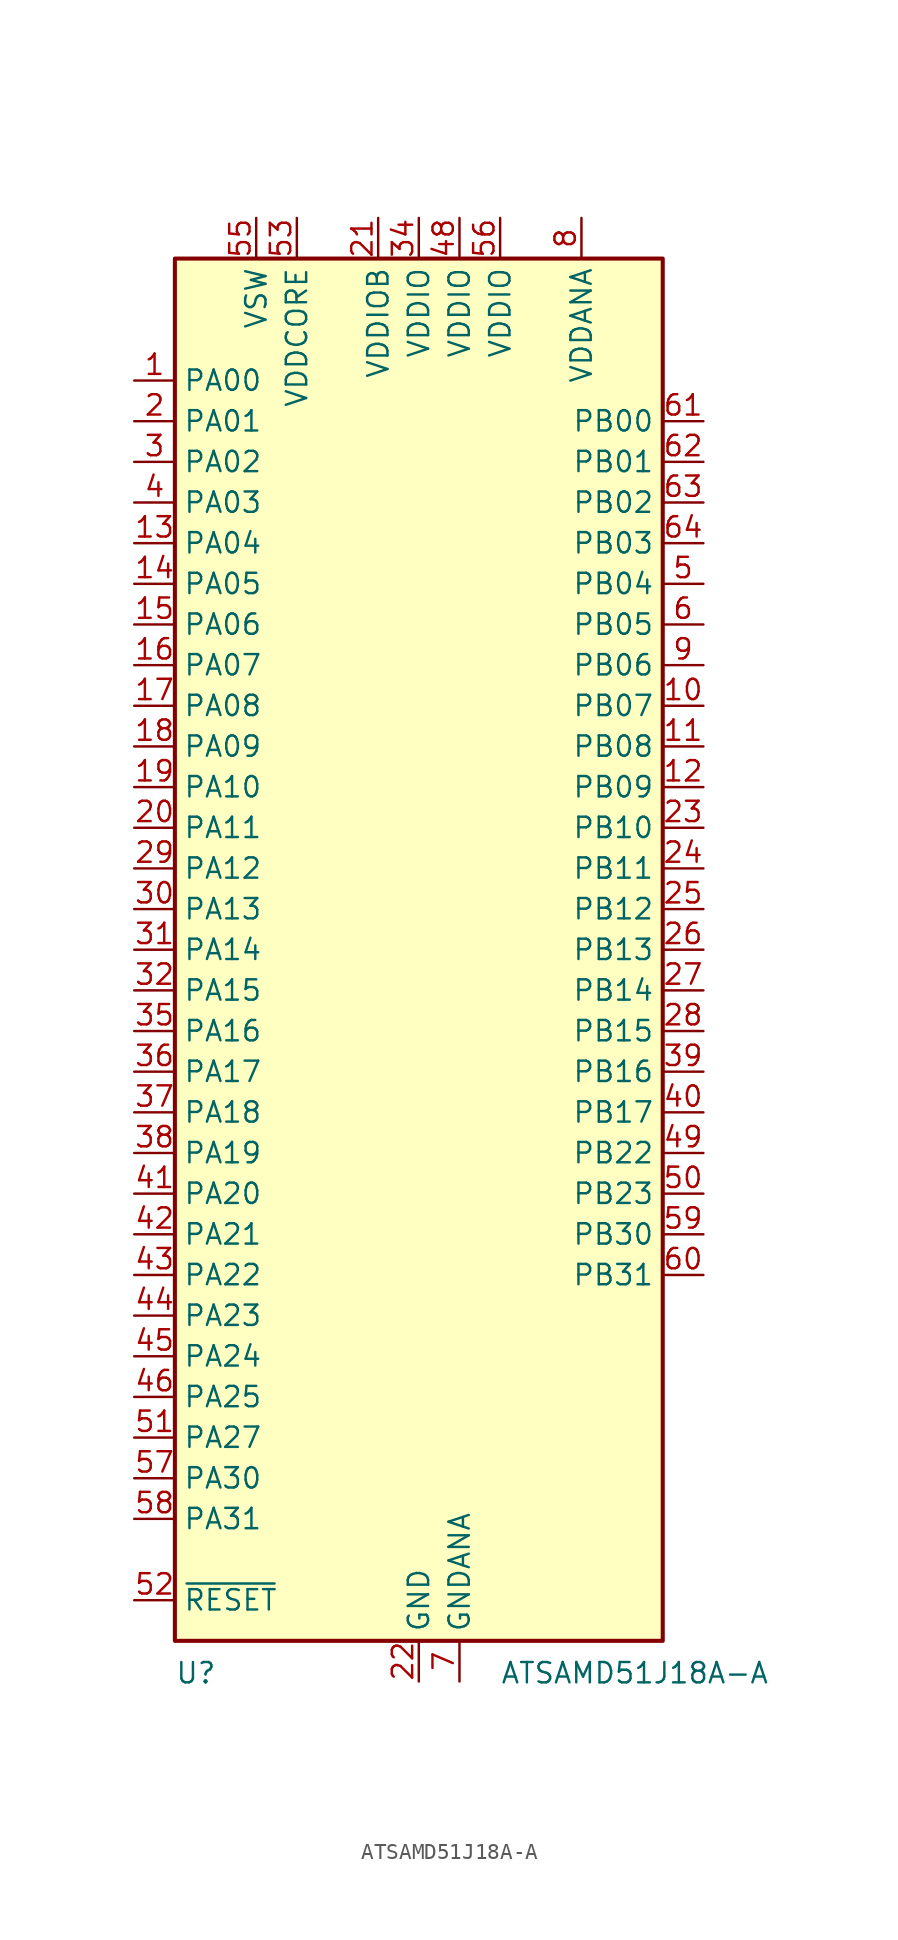
<source format=kicad_sym>
(kicad_symbol_lib
  (version 20220914)
  (generator kicad_symbol_editor)
  (symbol "ATSAMD51J18A-A"
    (property "Reference" "U"
      (at -15.24 -44.45 0)
      (effects (font (size 1.27 1.27)) (justify left top)))
    (property "Value" "ATSAMD51J18A-A"
      (at 5.08 -44.45 0)
      (effects (font (size 1.27 1.27)) (justify left top)))
    (symbol "ATSAMD51J18A-A_0_1"
      (rectangle (start -15.24 43.18) (end 15.24 -43.18) (stroke (width 0.254) (type solid)) (fill (type background))))
    (symbol "ATSAMD51J18A-A_1_0"
      (pin bidirectional line (at 17.78 25.4 180) (length 2.54) (name "PB03" (effects (font (size 1.27 1.27)))) (number "64" (effects (font (size 1.27 1.27))))))
    (symbol "ATSAMD51J18A-A_1_1"
      (pin bidirectional line (at -17.78 35.56 0) (length 2.54) (name "PA00" (effects (font (size 1.27 1.27)))) (number "1" (effects (font (size 1.27 1.27)))))
      (pin bidirectional line (at 17.78 15.24 180) (length 2.54) (name "PB07" (effects (font (size 1.27 1.27)))) (number "10" (effects (font (size 1.27 1.27)))))
      (pin bidirectional line (at 17.78 12.7 180) (length 2.54) (name "PB08" (effects (font (size 1.27 1.27)))) (number "11" (effects (font (size 1.27 1.27)))))
      (pin bidirectional line (at 17.78 10.16 180) (length 2.54) (name "PB09" (effects (font (size 1.27 1.27)))) (number "12" (effects (font (size 1.27 1.27)))))
      (pin bidirectional line (at -17.78 25.4 0) (length 2.54) (name "PA04" (effects (font (size 1.27 1.27)))) (number "13" (effects (font (size 1.27 1.27)))))
      (pin bidirectional line (at -17.78 22.86 0) (length 2.54) (name "PA05" (effects (font (size 1.27 1.27)))) (number "14" (effects (font (size 1.27 1.27)))))
      (pin bidirectional line (at -17.78 20.32 0) (length 2.54) (name "PA06" (effects (font (size 1.27 1.27)))) (number "15" (effects (font (size 1.27 1.27)))))
      (pin bidirectional line (at -17.78 17.78 0) (length 2.54) (name "PA07" (effects (font (size 1.27 1.27)))) (number "16" (effects (font (size 1.27 1.27)))))
      (pin bidirectional line (at -17.78 15.24 0) (length 2.54) (name "PA08" (effects (font (size 1.27 1.27)))) (number "17" (effects (font (size 1.27 1.27)))))
      (pin bidirectional line (at -17.78 12.7 0) (length 2.54) (name "PA09" (effects (font (size 1.27 1.27)))) (number "18" (effects (font (size 1.27 1.27)))))
      (pin bidirectional line (at -17.78 10.16 0) (length 2.54) (name "PA10" (effects (font (size 1.27 1.27)))) (number "19" (effects (font (size 1.27 1.27)))))
      (pin bidirectional line (at -17.78 33.02 0) (length 2.54) (name "PA01" (effects (font (size 1.27 1.27)))) (number "2" (effects (font (size 1.27 1.27)))))
      (pin bidirectional line (at -17.78 7.62 0) (length 2.54) (name "PA11" (effects (font (size 1.27 1.27)))) (number "20" (effects (font (size 1.27 1.27)))))
      (pin power_in line (at -2.54 45.72 270) (length 2.54) (name "VDDIOB" (effects (font (size 1.27 1.27)))) (number "21" (effects (font (size 1.27 1.27)))))
      (pin power_in line (at 0 -45.72 90) (length 2.54) (name "GND" (effects (font (size 1.27 1.27)))) (number "22" (effects (font (size 1.27 1.27)))))
      (pin bidirectional line (at 17.78 7.62 180) (length 2.54) (name "PB10" (effects (font (size 1.27 1.27)))) (number "23" (effects (font (size 1.27 1.27)))))
      (pin bidirectional line (at 17.78 5.08 180) (length 2.54) (name "PB11" (effects (font (size 1.27 1.27)))) (number "24" (effects (font (size 1.27 1.27)))))
      (pin bidirectional line (at 17.78 2.54 180) (length 2.54) (name "PB12" (effects (font (size 1.27 1.27)))) (number "25" (effects (font (size 1.27 1.27)))))
      (pin bidirectional line (at 17.78 0 180) (length 2.54) (name "PB13" (effects (font (size 1.27 1.27)))) (number "26" (effects (font (size 1.27 1.27)))))
      (pin bidirectional line (at 17.78 -2.54 180) (length 2.54) (name "PB14" (effects (font (size 1.27 1.27)))) (number "27" (effects (font (size 1.27 1.27)))))
      (pin bidirectional line (at 17.78 -5.08 180) (length 2.54) (name "PB15" (effects (font (size 1.27 1.27)))) (number "28" (effects (font (size 1.27 1.27)))))
      (pin bidirectional line (at -17.78 5.08 0) (length 2.54) (name "PA12" (effects (font (size 1.27 1.27)))) (number "29" (effects (font (size 1.27 1.27)))))
      (pin bidirectional line (at -17.78 30.48 0) (length 2.54) (name "PA02" (effects (font (size 1.27 1.27)))) (number "3" (effects (font (size 1.27 1.27)))))
      (pin bidirectional line (at -17.78 2.54 0) (length 2.54) (name "PA13" (effects (font (size 1.27 1.27)))) (number "30" (effects (font (size 1.27 1.27)))))
      (pin bidirectional line (at -17.78 0 0) (length 2.54) (name "PA14" (effects (font (size 1.27 1.27)))) (number "31" (effects (font (size 1.27 1.27)))))
      (pin bidirectional line (at -17.78 -2.54 0) (length 2.54) (name "PA15" (effects (font (size 1.27 1.27)))) (number "32" (effects (font (size 1.27 1.27)))))
      (pin passive line (at 0 -45.72 90) (length 2.54) hide (name "GND" (effects (font (size 1.27 1.27)))) (number "33" (effects (font (size 1.27 1.27)))))
      (pin power_in line (at 0 45.72 270) (length 2.54) (name "VDDIO" (effects (font (size 1.27 1.27)))) (number "34" (effects (font (size 1.27 1.27)))))
      (pin bidirectional line (at -17.78 -5.08 0) (length 2.54) (name "PA16" (effects (font (size 1.27 1.27)))) (number "35" (effects (font (size 1.27 1.27)))))
      (pin bidirectional line (at -17.78 -7.62 0) (length 2.54) (name "PA17" (effects (font (size 1.27 1.27)))) (number "36" (effects (font (size 1.27 1.27)))))
      (pin bidirectional line (at -17.78 -10.16 0) (length 2.54) (name "PA18" (effects (font (size 1.27 1.27)))) (number "37" (effects (font (size 1.27 1.27)))))
      (pin bidirectional line (at -17.78 -12.7 0) (length 2.54) (name "PA19" (effects (font (size 1.27 1.27)))) (number "38" (effects (font (size 1.27 1.27)))))
      (pin bidirectional line (at 17.78 -7.62 180) (length 2.54) (name "PB16" (effects (font (size 1.27 1.27)))) (number "39" (effects (font (size 1.27 1.27)))))
      (pin bidirectional line (at -17.78 27.94 0) (length 2.54) (name "PA03" (effects (font (size 1.27 1.27)))) (number "4" (effects (font (size 1.27 1.27)))))
      (pin bidirectional line (at 17.78 -10.16 180) (length 2.54) (name "PB17" (effects (font (size 1.27 1.27)))) (number "40" (effects (font (size 1.27 1.27)))))
      (pin bidirectional line (at -17.78 -15.24 0) (length 2.54) (name "PA20" (effects (font (size 1.27 1.27)))) (number "41" (effects (font (size 1.27 1.27)))))
      (pin bidirectional line (at -17.78 -17.78 0) (length 2.54) (name "PA21" (effects (font (size 1.27 1.27)))) (number "42" (effects (font (size 1.27 1.27)))))
      (pin bidirectional line (at -17.78 -20.32 0) (length 2.54) (name "PA22" (effects (font (size 1.27 1.27)))) (number "43" (effects (font (size 1.27 1.27)))))
      (pin bidirectional line (at -17.78 -22.86 0) (length 2.54) (name "PA23" (effects (font (size 1.27 1.27)))) (number "44" (effects (font (size 1.27 1.27)))))
      (pin bidirectional line (at -17.78 -25.4 0) (length 2.54) (name "PA24" (effects (font (size 1.27 1.27)))) (number "45" (effects (font (size 1.27 1.27)))))
      (pin bidirectional line (at -17.78 -27.94 0) (length 2.54) (name "PA25" (effects (font (size 1.27 1.27)))) (number "46" (effects (font (size 1.27 1.27)))))
      (pin passive line (at 0 -45.72 90) (length 2.54) hide (name "GND" (effects (font (size 1.27 1.27)))) (number "47" (effects (font (size 1.27 1.27)))))
      (pin power_in line (at 2.54 45.72 270) (length 2.54) (name "VDDIO" (effects (font (size 1.27 1.27)))) (number "48" (effects (font (size 1.27 1.27)))))
      (pin bidirectional line (at 17.78 -12.7 180) (length 2.54) (name "PB22" (effects (font (size 1.27 1.27)))) (number "49" (effects (font (size 1.27 1.27)))))
      (pin bidirectional line (at 17.78 22.86 180) (length 2.54) (name "PB04" (effects (font (size 1.27 1.27)))) (number "5" (effects (font (size 1.27 1.27)))))
      (pin bidirectional line (at 17.78 -15.24 180) (length 2.54) (name "PB23" (effects (font (size 1.27 1.27)))) (number "50" (effects (font (size 1.27 1.27)))))
      (pin bidirectional line (at -17.78 -30.48 0) (length 2.54) (name "PA27" (effects (font (size 1.27 1.27)))) (number "51" (effects (font (size 1.27 1.27)))))
      (pin input line (at -17.78 -40.64 0) (length 2.54) (name "~{RESET}" (effects (font (size 1.27 1.27)))) (number "52" (effects (font (size 1.27 1.27)))))
      (pin power_out line (at -7.62 45.72 270) (length 2.54) (name "VDDCORE" (effects (font (size 1.27 1.27)))) (number "53" (effects (font (size 1.27 1.27)))))
      (pin passive line (at 0 -45.72 90) (length 2.54) hide (name "GND" (effects (font (size 1.27 1.27)))) (number "54" (effects (font (size 1.27 1.27)))))
      (pin power_in line (at -10.16 45.72 270) (length 2.54) (name "VSW" (effects (font (size 1.27 1.27)))) (number "55" (effects (font (size 1.27 1.27)))))
      (pin power_in line (at 5.08 45.72 270) (length 2.54) (name "VDDIO" (effects (font (size 1.27 1.27)))) (number "56" (effects (font (size 1.27 1.27)))))
      (pin bidirectional line (at -17.78 -33.02 0) (length 2.54) (name "PA30" (effects (font (size 1.27 1.27)))) (number "57" (effects (font (size 1.27 1.27)))))
      (pin bidirectional line (at -17.78 -35.56 0) (length 2.54) (name "PA31" (effects (font (size 1.27 1.27)))) (number "58" (effects (font (size 1.27 1.27)))))
      (pin bidirectional line (at 17.78 -17.78 180) (length 2.54) (name "PB30" (effects (font (size 1.27 1.27)))) (number "59" (effects (font (size 1.27 1.27)))))
      (pin bidirectional line (at 17.78 20.32 180) (length 2.54) (name "PB05" (effects (font (size 1.27 1.27)))) (number "6" (effects (font (size 1.27 1.27)))))
      (pin bidirectional line (at 17.78 -20.32 180) (length 2.54) (name "PB31" (effects (font (size 1.27 1.27)))) (number "60" (effects (font (size 1.27 1.27)))))
      (pin bidirectional line (at 17.78 33.02 180) (length 2.54) (name "PB00" (effects (font (size 1.27 1.27)))) (number "61" (effects (font (size 1.27 1.27)))))
      (pin bidirectional line (at 17.78 30.48 180) (length 2.54) (name "PB01" (effects (font (size 1.27 1.27)))) (number "62" (effects (font (size 1.27 1.27)))))
      (pin bidirectional line (at 17.78 27.94 180) (length 2.54) (name "PB02" (effects (font (size 1.27 1.27)))) (number "63" (effects (font (size 1.27 1.27)))))
      (pin power_in line (at 2.54 -45.72 90) (length 2.54) (name "GNDANA" (effects (font (size 1.27 1.27)))) (number "7" (effects (font (size 1.27 1.27)))))
      (pin power_in line (at 10.16 45.72 270) (length 2.54) (name "VDDANA" (effects (font (size 1.27 1.27)))) (number "8" (effects (font (size 1.27 1.27)))))
      (pin bidirectional line (at 17.78 17.78 180) (length 2.54) (name "PB06" (effects (font (size 1.27 1.27)))) (number "9" (effects (font (size 1.27 1.27))))))))
</source>
